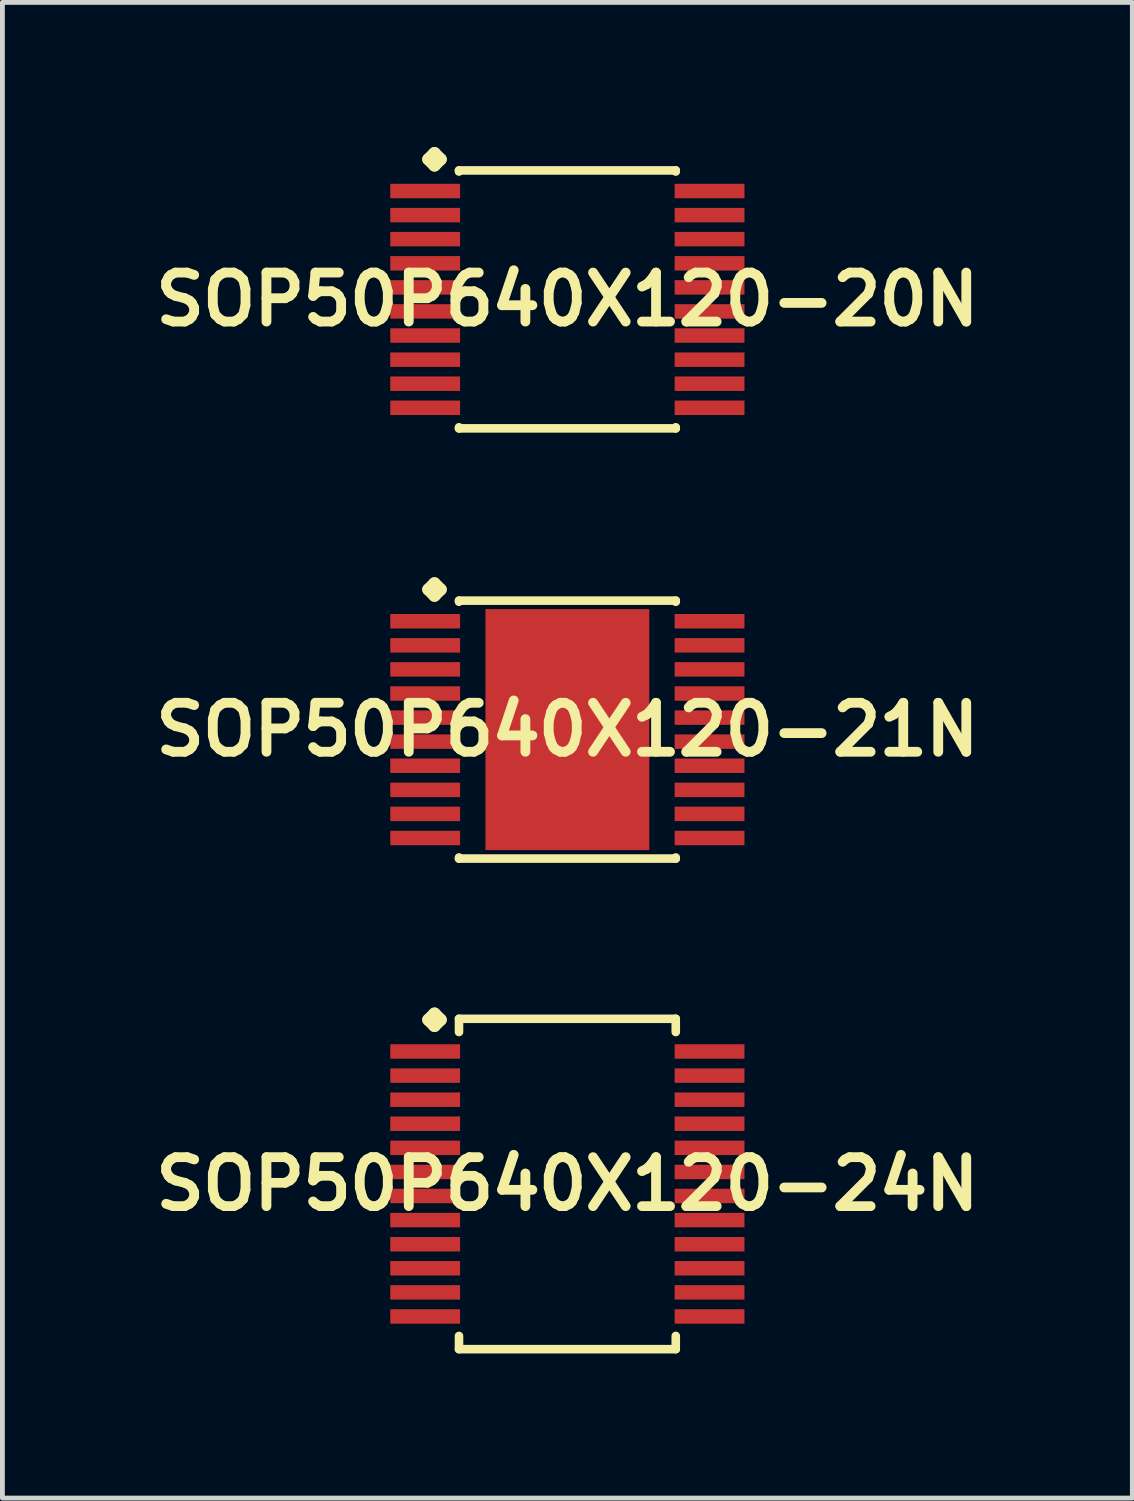
<source format=kicad_pcb>
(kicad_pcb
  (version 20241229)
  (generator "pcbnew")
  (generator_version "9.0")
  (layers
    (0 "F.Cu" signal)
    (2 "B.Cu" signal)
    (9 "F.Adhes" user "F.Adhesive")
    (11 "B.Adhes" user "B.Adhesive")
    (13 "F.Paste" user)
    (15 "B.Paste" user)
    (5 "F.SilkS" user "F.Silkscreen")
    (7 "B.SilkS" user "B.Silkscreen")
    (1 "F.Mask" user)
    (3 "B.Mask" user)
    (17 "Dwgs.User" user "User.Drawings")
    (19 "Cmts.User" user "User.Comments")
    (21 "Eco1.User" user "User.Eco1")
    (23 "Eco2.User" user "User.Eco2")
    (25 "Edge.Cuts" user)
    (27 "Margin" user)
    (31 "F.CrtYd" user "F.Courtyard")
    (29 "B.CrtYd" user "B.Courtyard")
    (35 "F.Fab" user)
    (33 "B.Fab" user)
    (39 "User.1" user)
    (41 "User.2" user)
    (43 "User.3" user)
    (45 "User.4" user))
  (footprint "SOP50P640X120-24N"
    (layer "F.Cu")
    (at 8.718 21.507)
    (property "Reference" "SOP50P640X120-24N" (at 0 0 0) (layer "F.SilkS") (effects (font (size 1.016 1.016) (thickness 0.203))))
    (attr smd)
    (fp_line (start -2.883 -3.406) (end -2.756 -3.533) (stroke (width 0.254) (type solid)) (layer "F.SilkS"))
    (fp_line (start -2.756 -3.533) (end -2.629 -3.406) (stroke (width 0.254) (type solid)) (layer "F.SilkS"))
    (fp_line (start -2.756 -3.279) (end -2.883 -3.406) (stroke (width 0.254) (type solid)) (layer "F.SilkS"))
    (fp_line (start -2.629 -3.406) (end -2.756 -3.279) (stroke (width 0.254) (type solid)) (layer "F.SilkS"))
    (fp_line (start -2.248 -3.426) (end 2.248 -3.426) (stroke (width 0.178) (type solid)) (layer "F.SilkS"))
    (fp_line (start -2.248 -3.152) (end -2.248 -3.426) (stroke (width 0.178) (type solid)) (layer "F.SilkS"))
    (fp_line (start -2.248 3.152) (end -2.248 3.426) (stroke (width 0.178) (type solid)) (layer "F.SilkS"))
    (fp_line (start -2.248 3.426) (end 2.248 3.426) (stroke (width 0.178) (type solid)) (layer "F.SilkS"))
    (fp_line (start 2.248 -3.426) (end 2.248 -3.152) (stroke (width 0.178) (type solid)) (layer "F.SilkS"))
    (fp_line (start 2.248 3.426) (end 2.248 3.152) (stroke (width 0.178) (type solid)) (layer "F.SilkS"))
    (pad "1" smd rect (at -2.949 -2.748) (size 1.448 0.3) (layers "F.Cu" "F.Mask" "F.Paste"))
    (pad "2" smd rect (at -2.949 -2.248) (size 1.448 0.3) (layers "F.Cu" "F.Mask" "F.Paste"))
    (pad "3" smd rect (at -2.949 -1.748) (size 1.448 0.3) (layers "F.Cu" "F.Mask" "F.Paste"))
    (pad "4" smd rect (at -2.949 -1.25) (size 1.448 0.3) (layers "F.Cu" "F.Mask" "F.Paste"))
    (pad "5" smd rect (at -2.949 -0.749) (size 1.448 0.3) (layers "F.Cu" "F.Mask" "F.Paste"))
    (pad "6" smd rect (at -2.949 -0.249) (size 1.448 0.3) (layers "F.Cu" "F.Mask" "F.Paste"))
    (pad "7" smd rect (at -2.949 0.249) (size 1.448 0.3) (layers "F.Cu" "F.Mask" "F.Paste"))
    (pad "8" smd rect (at -2.949 0.749) (size 1.448 0.3) (layers "F.Cu" "F.Mask" "F.Paste"))
    (pad "9" smd rect (at -2.949 1.25) (size 1.448 0.3) (layers "F.Cu" "F.Mask" "F.Paste"))
    (pad "10" smd rect (at -2.949 1.748) (size 1.448 0.3) (layers "F.Cu" "F.Mask" "F.Paste"))
    (pad "11" smd rect (at -2.949 2.248) (size 1.448 0.3) (layers "F.Cu" "F.Mask" "F.Paste"))
    (pad "12" smd rect (at -2.949 2.748) (size 1.448 0.3) (layers "F.Cu" "F.Mask" "F.Paste"))
    (pad "13" smd rect (at 2.949 2.748) (size 1.448 0.3) (layers "F.Cu" "F.Mask" "F.Paste"))
    (pad "14" smd rect (at 2.949 2.248) (size 1.448 0.3) (layers "F.Cu" "F.Mask" "F.Paste"))
    (pad "15" smd rect (at 2.949 1.748) (size 1.448 0.3) (layers "F.Cu" "F.Mask" "F.Paste"))
    (pad "16" smd rect (at 2.949 1.25) (size 1.448 0.3) (layers "F.Cu" "F.Mask" "F.Paste"))
    (pad "17" smd rect (at 2.949 0.749) (size 1.448 0.3) (layers "F.Cu" "F.Mask" "F.Paste"))
    (pad "18" smd rect (at 2.949 0.249) (size 1.448 0.3) (layers "F.Cu" "F.Mask" "F.Paste"))
    (pad "19" smd rect (at 2.949 -0.249) (size 1.448 0.3) (layers "F.Cu" "F.Mask" "F.Paste"))
    (pad "20" smd rect (at 2.949 -0.749) (size 1.448 0.3) (layers "F.Cu" "F.Mask" "F.Paste"))
    (pad "21" smd rect (at 2.949 -1.25) (size 1.448 0.3) (layers "F.Cu" "F.Mask" "F.Paste"))
    (pad "22" smd rect (at 2.949 -1.748) (size 1.448 0.3) (layers "F.Cu" "F.Mask" "F.Paste"))
    (pad "23" smd rect (at 2.949 -2.248) (size 1.448 0.3) (layers "F.Cu" "F.Mask" "F.Paste"))
    (pad "24" smd rect (at 2.949 -2.748) (size 1.448 0.3) (layers "F.Cu" "F.Mask" "F.Paste")))
  (footprint "SOP50P640X120-20N"
    (layer "F.Cu")
    (at 8.718 3.16)
    (property "Reference" "SOP50P640X120-20N" (at 0 0 0) (layer "F.SilkS") (effects (font (size 1.016 1.016) (thickness 0.203))))
    (attr smd)
    (fp_line (start -2.883 -2.906) (end -2.756 -3.033) (stroke (width 0.254) (type solid)) (layer "F.SilkS"))
    (fp_line (start -2.756 -3.033) (end -2.629 -2.906) (stroke (width 0.254) (type solid)) (layer "F.SilkS"))
    (fp_line (start -2.756 -2.779) (end -2.883 -2.906) (stroke (width 0.254) (type solid)) (layer "F.SilkS"))
    (fp_line (start -2.629 -2.906) (end -2.756 -2.779) (stroke (width 0.254) (type solid)) (layer "F.SilkS"))
    (fp_line (start -2.248 -2.675) (end 2.248 -2.675) (stroke (width 0.178) (type solid)) (layer "F.SilkS"))
    (fp_line (start -2.248 -2.652) (end -2.248 -2.675) (stroke (width 0.178) (type solid)) (layer "F.SilkS"))
    (fp_line (start -2.248 2.652) (end -2.248 2.675) (stroke (width 0.178) (type solid)) (layer "F.SilkS"))
    (fp_line (start -2.248 2.675) (end 2.248 2.675) (stroke (width 0.178) (type solid)) (layer "F.SilkS"))
    (fp_line (start 2.248 -2.675) (end 2.248 -2.652) (stroke (width 0.178) (type solid)) (layer "F.SilkS"))
    (fp_line (start 2.248 2.675) (end 2.248 2.652) (stroke (width 0.178) (type solid)) (layer "F.SilkS"))
    (pad "1" smd rect (at -2.949 -2.248) (size 1.448 0.3) (layers "F.Cu" "F.Mask" "F.Paste"))
    (pad "2" smd rect (at -2.949 -1.748) (size 1.448 0.3) (layers "F.Cu" "F.Mask" "F.Paste"))
    (pad "3" smd rect (at -2.949 -1.25) (size 1.448 0.3) (layers "F.Cu" "F.Mask" "F.Paste"))
    (pad "4" smd rect (at -2.949 -0.749) (size 1.448 0.3) (layers "F.Cu" "F.Mask" "F.Paste"))
    (pad "5" smd rect (at -2.949 -0.249) (size 1.448 0.3) (layers "F.Cu" "F.Mask" "F.Paste"))
    (pad "6" smd rect (at -2.949 0.249) (size 1.448 0.3) (layers "F.Cu" "F.Mask" "F.Paste"))
    (pad "7" smd rect (at -2.949 0.749) (size 1.448 0.3) (layers "F.Cu" "F.Mask" "F.Paste"))
    (pad "8" smd rect (at -2.949 1.25) (size 1.448 0.3) (layers "F.Cu" "F.Mask" "F.Paste"))
    (pad "9" smd rect (at -2.949 1.748) (size 1.448 0.3) (layers "F.Cu" "F.Mask" "F.Paste"))
    (pad "10" smd rect (at -2.949 2.248) (size 1.448 0.3) (layers "F.Cu" "F.Mask" "F.Paste"))
    (pad "11" smd rect (at 2.949 2.248) (size 1.448 0.3) (layers "F.Cu" "F.Mask" "F.Paste"))
    (pad "12" smd rect (at 2.949 1.748) (size 1.448 0.3) (layers "F.Cu" "F.Mask" "F.Paste"))
    (pad "13" smd rect (at 2.949 1.25) (size 1.448 0.3) (layers "F.Cu" "F.Mask" "F.Paste"))
    (pad "14" smd rect (at 2.949 0.749) (size 1.448 0.3) (layers "F.Cu" "F.Mask" "F.Paste"))
    (pad "15" smd rect (at 2.949 0.249) (size 1.448 0.3) (layers "F.Cu" "F.Mask" "F.Paste"))
    (pad "16" smd rect (at 2.949 -0.249) (size 1.448 0.3) (layers "F.Cu" "F.Mask" "F.Paste"))
    (pad "17" smd rect (at 2.949 -0.749) (size 1.448 0.3) (layers "F.Cu" "F.Mask" "F.Paste"))
    (pad "18" smd rect (at 2.949 -1.25) (size 1.448 0.3) (layers "F.Cu" "F.Mask" "F.Paste"))
    (pad "19" smd rect (at 2.949 -1.748) (size 1.448 0.3) (layers "F.Cu" "F.Mask" "F.Paste"))
    (pad "20" smd rect (at 2.949 -2.248) (size 1.448 0.3) (layers "F.Cu" "F.Mask" "F.Paste")))
  (footprint "SOP50P640X120-21N"
    (layer "F.Cu")
    (at 8.718 12.083)
    (property "Reference" "SOP50P640X120-21N" (at 0 0 0) (layer "F.SilkS") (effects (font (size 1.016 1.016) (thickness 0.203))))
    (attr smd)
    (fp_line (start -2.883 -2.906) (end -2.756 -3.033) (stroke (width 0.254) (type solid)) (layer "F.SilkS"))
    (fp_line (start -2.756 -3.033) (end -2.629 -2.906) (stroke (width 0.254) (type solid)) (layer "F.SilkS"))
    (fp_line (start -2.756 -2.779) (end -2.883 -2.906) (stroke (width 0.254) (type solid)) (layer "F.SilkS"))
    (fp_line (start -2.629 -2.906) (end -2.756 -2.779) (stroke (width 0.254) (type solid)) (layer "F.SilkS"))
    (fp_line (start -2.248 -2.675) (end 2.248 -2.675) (stroke (width 0.178) (type solid)) (layer "F.SilkS"))
    (fp_line (start -2.248 -2.652) (end -2.248 -2.675) (stroke (width 0.178) (type solid)) (layer "F.SilkS"))
    (fp_line (start -2.248 2.652) (end -2.248 2.675) (stroke (width 0.178) (type solid)) (layer "F.SilkS"))
    (fp_line (start -2.248 2.675) (end 2.248 2.675) (stroke (width 0.178) (type solid)) (layer "F.SilkS"))
    (fp_line (start 2.248 -2.675) (end 2.248 -2.652) (stroke (width 0.178) (type solid)) (layer "F.SilkS"))
    (fp_line (start 2.248 2.675) (end 2.248 2.652) (stroke (width 0.178) (type solid)) (layer "F.SilkS"))
    (pad "1" smd rect (at -2.949 -2.248) (size 1.448 0.3) (layers "F.Cu" "F.Mask" "F.Paste"))
    (pad "2" smd rect (at -2.949 -1.748) (size 1.448 0.3) (layers "F.Cu" "F.Mask" "F.Paste"))
    (pad "3" smd rect (at -2.949 -1.25) (size 1.448 0.3) (layers "F.Cu" "F.Mask" "F.Paste"))
    (pad "4" smd rect (at -2.949 -0.749) (size 1.448 0.3) (layers "F.Cu" "F.Mask" "F.Paste"))
    (pad "5" smd rect (at -2.949 -0.249) (size 1.448 0.3) (layers "F.Cu" "F.Mask" "F.Paste"))
    (pad "6" smd rect (at -2.949 0.249) (size 1.448 0.3) (layers "F.Cu" "F.Mask" "F.Paste"))
    (pad "7" smd rect (at -2.949 0.749) (size 1.448 0.3) (layers "F.Cu" "F.Mask" "F.Paste"))
    (pad "8" smd rect (at -2.949 1.25) (size 1.448 0.3) (layers "F.Cu" "F.Mask" "F.Paste"))
    (pad "9" smd rect (at -2.949 1.748) (size 1.448 0.3) (layers "F.Cu" "F.Mask" "F.Paste"))
    (pad "10" smd rect (at -2.949 2.248) (size 1.448 0.3) (layers "F.Cu" "F.Mask" "F.Paste"))
    (pad "11" smd rect (at 2.949 2.248) (size 1.448 0.3) (layers "F.Cu" "F.Mask" "F.Paste"))
    (pad "12" smd rect (at 2.949 1.748) (size 1.448 0.3) (layers "F.Cu" "F.Mask" "F.Paste"))
    (pad "13" smd rect (at 2.949 1.25) (size 1.448 0.3) (layers "F.Cu" "F.Mask" "F.Paste"))
    (pad "14" smd rect (at 2.949 0.749) (size 1.448 0.3) (layers "F.Cu" "F.Mask" "F.Paste"))
    (pad "15" smd rect (at 2.949 0.249) (size 1.448 0.3) (layers "F.Cu" "F.Mask" "F.Paste"))
    (pad "16" smd rect (at 2.949 -0.249) (size 1.448 0.3) (layers "F.Cu" "F.Mask" "F.Paste"))
    (pad "17" smd rect (at 2.949 -0.749) (size 1.448 0.3) (layers "F.Cu" "F.Mask" "F.Paste"))
    (pad "18" smd rect (at 2.949 -1.25) (size 1.448 0.3) (layers "F.Cu" "F.Mask" "F.Paste"))
    (pad "19" smd rect (at 2.949 -1.748) (size 1.448 0.3) (layers "F.Cu" "F.Mask" "F.Paste"))
    (pad "20" smd rect (at 2.949 -2.248) (size 1.448 0.3) (layers "F.Cu" "F.Mask" "F.Paste"))
    (pad "21" smd rect (at 0 0) (size 3.399 4.999) (layers "F.Cu" "F.Mask" "F.Paste")))
  (gr_rect
    (start -3 -3)
    (end 20.436 28.022)
    (stroke (width 0.1) (type default))
    (fill no)
    (layer "Edge.Cuts")))
</source>
